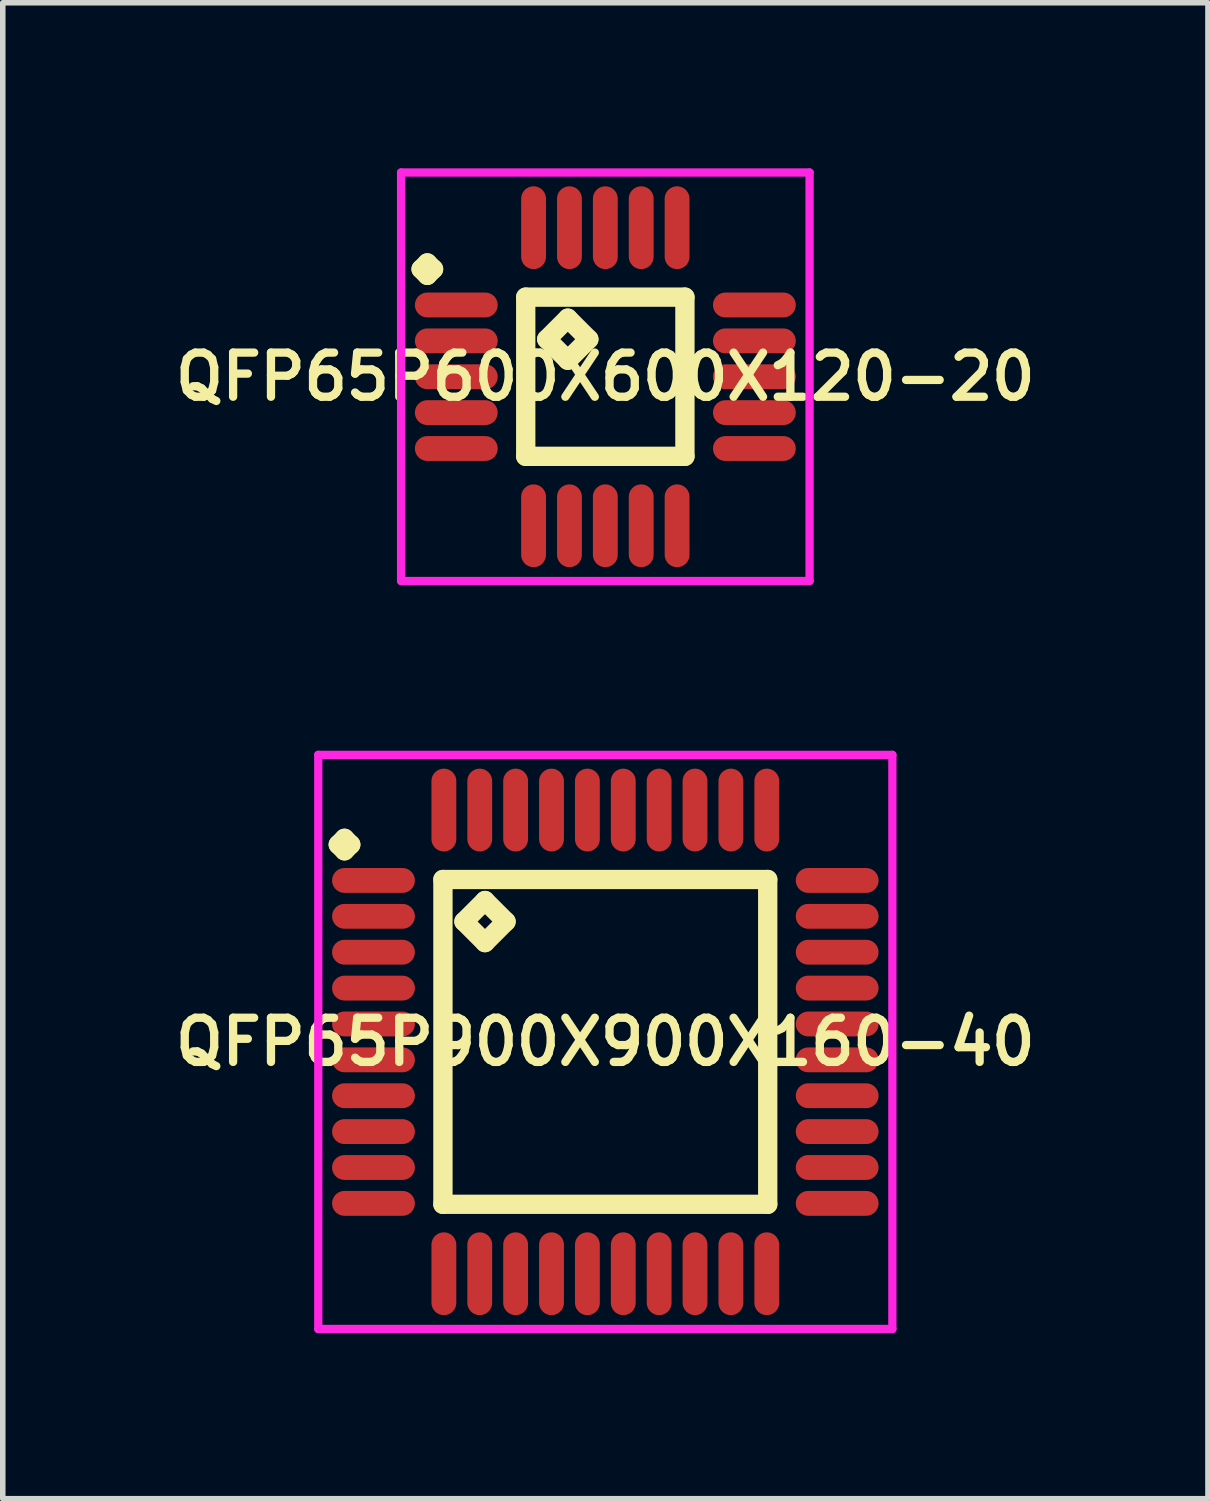
<source format=kicad_pcb>
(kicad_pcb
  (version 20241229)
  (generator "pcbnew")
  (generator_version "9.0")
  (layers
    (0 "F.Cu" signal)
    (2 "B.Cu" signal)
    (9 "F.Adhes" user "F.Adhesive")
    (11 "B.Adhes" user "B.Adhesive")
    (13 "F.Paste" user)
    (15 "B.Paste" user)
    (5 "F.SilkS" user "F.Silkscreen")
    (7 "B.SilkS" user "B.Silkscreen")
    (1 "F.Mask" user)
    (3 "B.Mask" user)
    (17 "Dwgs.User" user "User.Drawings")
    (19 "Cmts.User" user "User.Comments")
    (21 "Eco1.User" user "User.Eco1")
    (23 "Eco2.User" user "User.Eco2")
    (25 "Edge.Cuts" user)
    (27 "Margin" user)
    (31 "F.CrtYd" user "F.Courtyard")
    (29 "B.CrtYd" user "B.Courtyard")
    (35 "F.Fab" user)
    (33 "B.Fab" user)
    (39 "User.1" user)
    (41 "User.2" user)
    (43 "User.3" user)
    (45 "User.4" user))
  (footprint "QFP65P600X600X120-20"
    (layer "F.Cu")
    (at 7.916 3.775)
    (property "Reference" "QFP65P600X600X120-20" (at 0 0 0) (layer "F.SilkS") (effects (font (size 0.8 0.8) (thickness 0.15))))
    (attr smd)
    (fp_line (start -3.337 -1.95) (end -3.225 -2.062) (stroke (width 0.35) (type solid)) (layer "F.SilkS"))
    (fp_line (start -3.225 -2.062) (end -3.112 -1.95) (stroke (width 0.35) (type solid)) (layer "F.SilkS"))
    (fp_line (start -3.225 -1.837) (end -3.337 -1.95) (stroke (width 0.35) (type solid)) (layer "F.SilkS"))
    (fp_line (start -3.112 -1.95) (end -3.225 -1.837) (stroke (width 0.35) (type solid)) (layer "F.SilkS"))
    (fp_line (start -1.442 -1.442) (end -1.442 1.442) (stroke (width 0.35) (type solid)) (layer "F.SilkS"))
    (fp_line (start -1.442 1.442) (end 1.442 1.442) (stroke (width 0.35) (type solid)) (layer "F.SilkS"))
    (fp_line (start -1.061 -0.68) (end -0.68 -1.061) (stroke (width 0.35) (type solid)) (layer "F.SilkS"))
    (fp_line (start -0.68 -1.061) (end -0.299 -0.68) (stroke (width 0.35) (type solid)) (layer "F.SilkS"))
    (fp_line (start -0.68 -0.299) (end -1.061 -0.68) (stroke (width 0.35) (type solid)) (layer "F.SilkS"))
    (fp_line (start -0.299 -0.68) (end -0.68 -0.299) (stroke (width 0.35) (type solid)) (layer "F.SilkS"))
    (fp_line (start 1.442 -1.442) (end -1.442 -1.442) (stroke (width 0.35) (type solid)) (layer "F.SilkS"))
    (fp_line (start 1.442 1.442) (end 1.442 -1.442) (stroke (width 0.35) (type solid)) (layer "F.SilkS"))
    (fp_line (start -3.7 -3.7) (end 3.7 -3.7) (stroke (width 0.15) (type solid)) (layer "F.CrtYd"))
    (fp_line (start -3.7 3.7) (end -3.7 -3.7) (stroke (width 0.15) (type solid)) (layer "F.CrtYd"))
    (fp_line (start 3.7 -3.7) (end 3.7 3.7) (stroke (width 0.15) (type solid)) (layer "F.CrtYd"))
    (fp_line (start 3.7 3.7) (end -3.7 3.7) (stroke (width 0.15) (type solid)) (layer "F.CrtYd"))
    (pad "1" smd oval (at -2.7 -1.3) (size 1.5 0.45) (layers "F.Cu" "F.Mask" "F.Paste"))
    (pad "2" smd oval (at -2.7 -0.65) (size 1.5 0.45) (layers "F.Cu" "F.Mask" "F.Paste"))
    (pad "3" smd oval (at -2.7 0) (size 1.5 0.45) (layers "F.Cu" "F.Mask" "F.Paste"))
    (pad "4" smd oval (at -2.7 0.65) (size 1.5 0.45) (layers "F.Cu" "F.Mask" "F.Paste"))
    (pad "5" smd oval (at -2.7 1.3) (size 1.5 0.45) (layers "F.Cu" "F.Mask" "F.Paste"))
    (pad "6" smd oval (at -1.3 2.7) (size 0.45 1.5) (layers "F.Cu" "F.Mask" "F.Paste"))
    (pad "7" smd oval (at -0.65 2.7) (size 0.45 1.5) (layers "F.Cu" "F.Mask" "F.Paste"))
    (pad "8" smd oval (at 0 2.7) (size 0.45 1.5) (layers "F.Cu" "F.Mask" "F.Paste"))
    (pad "9" smd oval (at 0.65 2.7) (size 0.45 1.5) (layers "F.Cu" "F.Mask" "F.Paste"))
    (pad "10" smd oval (at 1.3 2.7) (size 0.45 1.5) (layers "F.Cu" "F.Mask" "F.Paste"))
    (pad "11" smd oval (at 2.7 1.3) (size 1.5 0.45) (layers "F.Cu" "F.Mask" "F.Paste"))
    (pad "12" smd oval (at 2.7 0.65) (size 1.5 0.45) (layers "F.Cu" "F.Mask" "F.Paste"))
    (pad "13" smd oval (at 2.7 0) (size 1.5 0.45) (layers "F.Cu" "F.Mask" "F.Paste"))
    (pad "14" smd oval (at 2.7 -0.65) (size 1.5 0.45) (layers "F.Cu" "F.Mask" "F.Paste"))
    (pad "15" smd oval (at 2.7 -1.3) (size 1.5 0.45) (layers "F.Cu" "F.Mask" "F.Paste"))
    (pad "16" smd oval (at 1.3 -2.7) (size 0.45 1.5) (layers "F.Cu" "F.Mask" "F.Paste"))
    (pad "17" smd oval (at 0.65 -2.7) (size 0.45 1.5) (layers "F.Cu" "F.Mask" "F.Paste"))
    (pad "18" smd oval (at 0 -2.7) (size 0.45 1.5) (layers "F.Cu" "F.Mask" "F.Paste"))
    (pad "19" smd oval (at -0.65 -2.7) (size 0.45 1.5) (layers "F.Cu" "F.Mask" "F.Paste"))
    (pad "20" smd oval (at -1.3 -2.7) (size 0.45 1.5) (layers "F.Cu" "F.Mask" "F.Paste")))
  (footprint "QFP65P900X900X160-40"
    (layer "F.Cu")
    (at 7.916 15.825)
    (property "Reference" "QFP65P900X900X160-40" (at 0 0 0) (layer "F.SilkS") (effects (font (size 0.8 0.8) (thickness 0.15))))
    (attr smd)
    (fp_line (start -4.838 -3.575) (end -4.725 -3.688) (stroke (width 0.35) (type solid)) (layer "F.SilkS"))
    (fp_line (start -4.725 -3.688) (end -4.612 -3.575) (stroke (width 0.35) (type solid)) (layer "F.SilkS"))
    (fp_line (start -4.725 -3.462) (end -4.838 -3.575) (stroke (width 0.35) (type solid)) (layer "F.SilkS"))
    (fp_line (start -4.612 -3.575) (end -4.725 -3.462) (stroke (width 0.35) (type solid)) (layer "F.SilkS"))
    (fp_line (start -2.942 -2.942) (end -2.942 2.942) (stroke (width 0.35) (type solid)) (layer "F.SilkS"))
    (fp_line (start -2.942 2.942) (end 2.942 2.942) (stroke (width 0.35) (type solid)) (layer "F.SilkS"))
    (fp_line (start -2.561 -2.18) (end -2.18 -2.561) (stroke (width 0.35) (type solid)) (layer "F.SilkS"))
    (fp_line (start -2.18 -2.561) (end -1.799 -2.18) (stroke (width 0.35) (type solid)) (layer "F.SilkS"))
    (fp_line (start -2.18 -1.799) (end -2.561 -2.18) (stroke (width 0.35) (type solid)) (layer "F.SilkS"))
    (fp_line (start -1.799 -2.18) (end -2.18 -1.799) (stroke (width 0.35) (type solid)) (layer "F.SilkS"))
    (fp_line (start 2.942 -2.942) (end -2.942 -2.942) (stroke (width 0.35) (type solid)) (layer "F.SilkS"))
    (fp_line (start 2.942 2.942) (end 2.942 -2.942) (stroke (width 0.35) (type solid)) (layer "F.SilkS"))
    (fp_line (start -5.2 -5.2) (end 5.2 -5.2) (stroke (width 0.15) (type solid)) (layer "F.CrtYd"))
    (fp_line (start -5.2 5.2) (end -5.2 -5.2) (stroke (width 0.15) (type solid)) (layer "F.CrtYd"))
    (fp_line (start 5.2 -5.2) (end 5.2 5.2) (stroke (width 0.15) (type solid)) (layer "F.CrtYd"))
    (fp_line (start 5.2 5.2) (end -5.2 5.2) (stroke (width 0.15) (type solid)) (layer "F.CrtYd"))
    (pad "1" smd oval (at -4.2 -2.925) (size 1.5 0.45) (layers "F.Cu" "F.Mask" "F.Paste"))
    (pad "2" smd oval (at -4.2 -2.275) (size 1.5 0.45) (layers "F.Cu" "F.Mask" "F.Paste"))
    (pad "3" smd oval (at -4.2 -1.625) (size 1.5 0.45) (layers "F.Cu" "F.Mask" "F.Paste"))
    (pad "4" smd oval (at -4.2 -0.975) (size 1.5 0.45) (layers "F.Cu" "F.Mask" "F.Paste"))
    (pad "5" smd oval (at -4.2 -0.325) (size 1.5 0.45) (layers "F.Cu" "F.Mask" "F.Paste"))
    (pad "6" smd oval (at -4.2 0.325) (size 1.5 0.45) (layers "F.Cu" "F.Mask" "F.Paste"))
    (pad "7" smd oval (at -4.2 0.975) (size 1.5 0.45) (layers "F.Cu" "F.Mask" "F.Paste"))
    (pad "8" smd oval (at -4.2 1.625) (size 1.5 0.45) (layers "F.Cu" "F.Mask" "F.Paste"))
    (pad "9" smd oval (at -4.2 2.275) (size 1.5 0.45) (layers "F.Cu" "F.Mask" "F.Paste"))
    (pad "10" smd oval (at -4.2 2.925) (size 1.5 0.45) (layers "F.Cu" "F.Mask" "F.Paste"))
    (pad "11" smd oval (at -2.925 4.2) (size 0.45 1.5) (layers "F.Cu" "F.Mask" "F.Paste"))
    (pad "12" smd oval (at -2.275 4.2) (size 0.45 1.5) (layers "F.Cu" "F.Mask" "F.Paste"))
    (pad "13" smd oval (at -1.625 4.2) (size 0.45 1.5) (layers "F.Cu" "F.Mask" "F.Paste"))
    (pad "14" smd oval (at -0.975 4.2) (size 0.45 1.5) (layers "F.Cu" "F.Mask" "F.Paste"))
    (pad "15" smd oval (at -0.325 4.2) (size 0.45 1.5) (layers "F.Cu" "F.Mask" "F.Paste"))
    (pad "16" smd oval (at 0.325 4.2) (size 0.45 1.5) (layers "F.Cu" "F.Mask" "F.Paste"))
    (pad "17" smd oval (at 0.975 4.2) (size 0.45 1.5) (layers "F.Cu" "F.Mask" "F.Paste"))
    (pad "18" smd oval (at 1.625 4.2) (size 0.45 1.5) (layers "F.Cu" "F.Mask" "F.Paste"))
    (pad "19" smd oval (at 2.275 4.2) (size 0.45 1.5) (layers "F.Cu" "F.Mask" "F.Paste"))
    (pad "20" smd oval (at 2.925 4.2) (size 0.45 1.5) (layers "F.Cu" "F.Mask" "F.Paste"))
    (pad "21" smd oval (at 4.2 2.925) (size 1.5 0.45) (layers "F.Cu" "F.Mask" "F.Paste"))
    (pad "22" smd oval (at 4.2 2.275) (size 1.5 0.45) (layers "F.Cu" "F.Mask" "F.Paste"))
    (pad "23" smd oval (at 4.2 1.625) (size 1.5 0.45) (layers "F.Cu" "F.Mask" "F.Paste"))
    (pad "24" smd oval (at 4.2 0.975) (size 1.5 0.45) (layers "F.Cu" "F.Mask" "F.Paste"))
    (pad "25" smd oval (at 4.2 0.325) (size 1.5 0.45) (layers "F.Cu" "F.Mask" "F.Paste"))
    (pad "26" smd oval (at 4.2 -0.325) (size 1.5 0.45) (layers "F.Cu" "F.Mask" "F.Paste"))
    (pad "27" smd oval (at 4.2 -0.975) (size 1.5 0.45) (layers "F.Cu" "F.Mask" "F.Paste"))
    (pad "28" smd oval (at 4.2 -1.625) (size 1.5 0.45) (layers "F.Cu" "F.Mask" "F.Paste"))
    (pad "29" smd oval (at 4.2 -2.275) (size 1.5 0.45) (layers "F.Cu" "F.Mask" "F.Paste"))
    (pad "30" smd oval (at 4.2 -2.925) (size 1.5 0.45) (layers "F.Cu" "F.Mask" "F.Paste"))
    (pad "31" smd oval (at 2.925 -4.2) (size 0.45 1.5) (layers "F.Cu" "F.Mask" "F.Paste"))
    (pad "32" smd oval (at 2.275 -4.2) (size 0.45 1.5) (layers "F.Cu" "F.Mask" "F.Paste"))
    (pad "33" smd oval (at 1.625 -4.2) (size 0.45 1.5) (layers "F.Cu" "F.Mask" "F.Paste"))
    (pad "34" smd oval (at 0.975 -4.2) (size 0.45 1.5) (layers "F.Cu" "F.Mask" "F.Paste"))
    (pad "35" smd oval (at 0.325 -4.2) (size 0.45 1.5) (layers "F.Cu" "F.Mask" "F.Paste"))
    (pad "36" smd oval (at -0.325 -4.2) (size 0.45 1.5) (layers "F.Cu" "F.Mask" "F.Paste"))
    (pad "37" smd oval (at -0.975 -4.2) (size 0.45 1.5) (layers "F.Cu" "F.Mask" "F.Paste"))
    (pad "38" smd oval (at -1.625 -4.2) (size 0.45 1.5) (layers "F.Cu" "F.Mask" "F.Paste"))
    (pad "39" smd oval (at -2.275 -4.2) (size 0.45 1.5) (layers "F.Cu" "F.Mask" "F.Paste"))
    (pad "40" smd oval (at -2.925 -4.2) (size 0.45 1.5) (layers "F.Cu" "F.Mask" "F.Paste")))
  (gr_rect
    (start -3 -3)
    (end 18.833 24.1)
    (stroke (width 0.1) (type default))
    (fill no)
    (layer "Edge.Cuts")))
</source>
